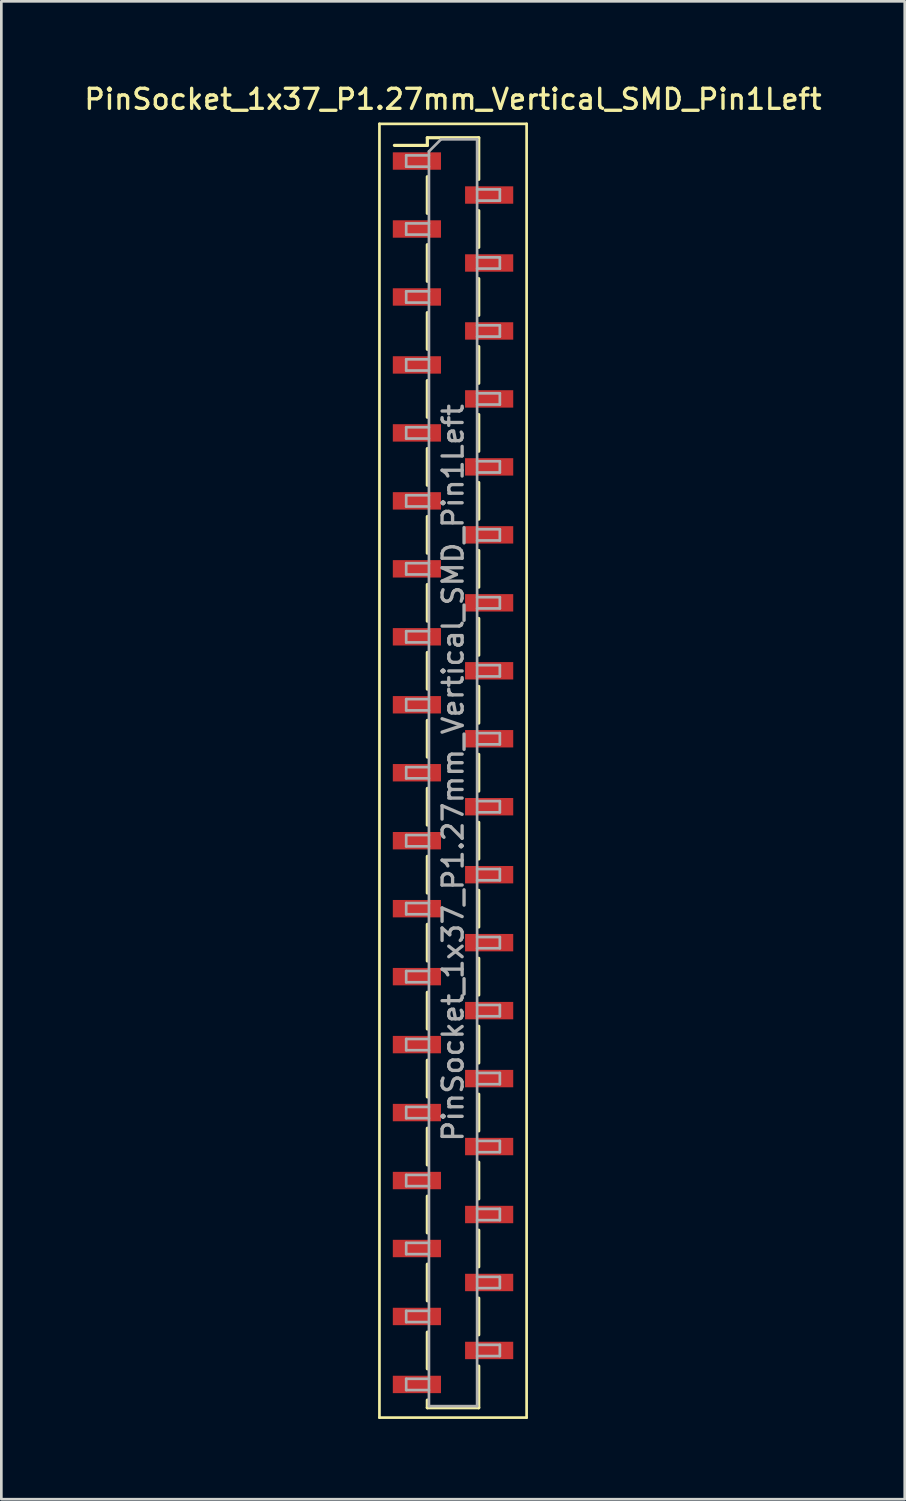
<source format=kicad_pcb>
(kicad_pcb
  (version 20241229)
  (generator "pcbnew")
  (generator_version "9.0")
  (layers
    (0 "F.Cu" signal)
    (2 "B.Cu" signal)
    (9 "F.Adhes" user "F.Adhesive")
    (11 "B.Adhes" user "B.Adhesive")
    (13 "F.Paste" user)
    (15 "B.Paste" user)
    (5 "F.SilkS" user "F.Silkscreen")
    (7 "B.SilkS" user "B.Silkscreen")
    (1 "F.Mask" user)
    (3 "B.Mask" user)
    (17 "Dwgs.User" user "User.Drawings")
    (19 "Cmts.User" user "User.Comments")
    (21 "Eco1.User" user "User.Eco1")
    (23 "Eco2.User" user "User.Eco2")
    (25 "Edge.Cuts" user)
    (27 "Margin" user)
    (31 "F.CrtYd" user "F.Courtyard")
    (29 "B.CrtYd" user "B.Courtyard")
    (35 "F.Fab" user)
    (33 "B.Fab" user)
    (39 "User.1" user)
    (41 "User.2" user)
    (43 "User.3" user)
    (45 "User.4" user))
  (footprint "PinSocket_1x37_P1.27mm_Vertical_SMD_Pin1Left"
    (layer "F.Cu")
    (at 13.88 25.828)
    (property "Reference" "PinSocket_1x37_P1.27mm_Vertical_SMD_Pin1Left" (at 0 -25.17 0) (layer "F.SilkS") (effects (font (size 0.75 0.75) (thickness 0.125))))
    (attr smd)
    (fp_line (start -2.75 -24.25) (end 2.75 -24.25) (stroke (width 0.1) (type solid)) (layer "F.SilkS"))
    (fp_line (start -2.75 24.1) (end -2.75 -24.25) (stroke (width 0.1) (type solid)) (layer "F.SilkS"))
    (fp_line (start -2.19 -23.445) (end -0.96 -23.445) (stroke (width 0.12) (type solid)) (layer "F.SilkS"))
    (fp_line (start -0.96 -23.73) (end -0.96 -23.445) (stroke (width 0.12) (type solid)) (layer "F.SilkS"))
    (fp_line (start -0.96 -23.73) (end 0.96 -23.73) (stroke (width 0.12) (type solid)) (layer "F.SilkS"))
    (fp_line (start -0.96 -22.275) (end -0.96 -20.905) (stroke (width 0.12) (type solid)) (layer "F.SilkS"))
    (fp_line (start -0.96 -19.735) (end -0.96 -18.365) (stroke (width 0.12) (type solid)) (layer "F.SilkS"))
    (fp_line (start -0.96 -17.195) (end -0.96 -15.825) (stroke (width 0.12) (type solid)) (layer "F.SilkS"))
    (fp_line (start -0.96 -14.655) (end -0.96 -13.285) (stroke (width 0.12) (type solid)) (layer "F.SilkS"))
    (fp_line (start -0.96 -12.115) (end -0.96 -10.745) (stroke (width 0.12) (type solid)) (layer "F.SilkS"))
    (fp_line (start -0.96 -9.575) (end -0.96 -8.205) (stroke (width 0.12) (type solid)) (layer "F.SilkS"))
    (fp_line (start -0.96 -7.035) (end -0.96 -5.665) (stroke (width 0.12) (type solid)) (layer "F.SilkS"))
    (fp_line (start -0.96 -4.495) (end -0.96 -3.125) (stroke (width 0.12) (type solid)) (layer "F.SilkS"))
    (fp_line (start -0.96 -1.955) (end -0.96 -0.585) (stroke (width 0.12) (type solid)) (layer "F.SilkS"))
    (fp_line (start -0.96 0.585) (end -0.96 1.955) (stroke (width 0.12) (type solid)) (layer "F.SilkS"))
    (fp_line (start -0.96 3.125) (end -0.96 4.495) (stroke (width 0.12) (type solid)) (layer "F.SilkS"))
    (fp_line (start -0.96 5.665) (end -0.96 7.035) (stroke (width 0.12) (type solid)) (layer "F.SilkS"))
    (fp_line (start -0.96 8.205) (end -0.96 9.575) (stroke (width 0.12) (type solid)) (layer "F.SilkS"))
    (fp_line (start -0.96 10.745) (end -0.96 12.115) (stroke (width 0.12) (type solid)) (layer "F.SilkS"))
    (fp_line (start -0.96 13.285) (end -0.96 14.655) (stroke (width 0.12) (type solid)) (layer "F.SilkS"))
    (fp_line (start -0.96 15.825) (end -0.96 17.195) (stroke (width 0.12) (type solid)) (layer "F.SilkS"))
    (fp_line (start -0.96 18.365) (end -0.96 19.735) (stroke (width 0.12) (type solid)) (layer "F.SilkS"))
    (fp_line (start -0.96 20.905) (end -0.96 22.275) (stroke (width 0.12) (type solid)) (layer "F.SilkS"))
    (fp_line (start -0.96 23.445) (end -0.96 23.73) (stroke (width 0.12) (type solid)) (layer "F.SilkS"))
    (fp_line (start -0.96 23.73) (end 0.96 23.73) (stroke (width 0.12) (type solid)) (layer "F.SilkS"))
    (fp_line (start 0.96 -23.73) (end 0.96 -22.175) (stroke (width 0.12) (type solid)) (layer "F.SilkS"))
    (fp_line (start 0.96 -21.005) (end 0.96 -19.635) (stroke (width 0.12) (type solid)) (layer "F.SilkS"))
    (fp_line (start 0.96 -18.465) (end 0.96 -17.095) (stroke (width 0.12) (type solid)) (layer "F.SilkS"))
    (fp_line (start 0.96 -15.925) (end 0.96 -14.555) (stroke (width 0.12) (type solid)) (layer "F.SilkS"))
    (fp_line (start 0.96 -13.385) (end 0.96 -12.015) (stroke (width 0.12) (type solid)) (layer "F.SilkS"))
    (fp_line (start 0.96 -10.845) (end 0.96 -9.475) (stroke (width 0.12) (type solid)) (layer "F.SilkS"))
    (fp_line (start 0.96 -8.305) (end 0.96 -6.935) (stroke (width 0.12) (type solid)) (layer "F.SilkS"))
    (fp_line (start 0.96 -5.765) (end 0.96 -4.395) (stroke (width 0.12) (type solid)) (layer "F.SilkS"))
    (fp_line (start 0.96 -3.225) (end 0.96 -1.855) (stroke (width 0.12) (type solid)) (layer "F.SilkS"))
    (fp_line (start 0.96 -0.685) (end 0.96 0.685) (stroke (width 0.12) (type solid)) (layer "F.SilkS"))
    (fp_line (start 0.96 1.855) (end 0.96 3.225) (stroke (width 0.12) (type solid)) (layer "F.SilkS"))
    (fp_line (start 0.96 4.395) (end 0.96 5.765) (stroke (width 0.12) (type solid)) (layer "F.SilkS"))
    (fp_line (start 0.96 6.935) (end 0.96 8.305) (stroke (width 0.12) (type solid)) (layer "F.SilkS"))
    (fp_line (start 0.96 9.475) (end 0.96 10.845) (stroke (width 0.12) (type solid)) (layer "F.SilkS"))
    (fp_line (start 0.96 12.015) (end 0.96 13.385) (stroke (width 0.12) (type solid)) (layer "F.SilkS"))
    (fp_line (start 0.96 14.555) (end 0.96 15.925) (stroke (width 0.12) (type solid)) (layer "F.SilkS"))
    (fp_line (start 0.96 17.095) (end 0.96 18.465) (stroke (width 0.12) (type solid)) (layer "F.SilkS"))
    (fp_line (start 0.96 19.635) (end 0.96 21.005) (stroke (width 0.12) (type solid)) (layer "F.SilkS"))
    (fp_line (start 0.96 22.175) (end 0.96 23.73) (stroke (width 0.12) (type solid)) (layer "F.SilkS"))
    (fp_line (start 2.75 -24.25) (end 2.75 24.1) (stroke (width 0.1) (type solid)) (layer "F.SilkS"))
    (fp_line (start 2.75 24.1) (end -2.75 24.1) (stroke (width 0.1) (type solid)) (layer "F.SilkS"))
    (fp_line (start -1.75 -23.07) (end -0.9 -23.07) (stroke (width 0.1) (type solid)) (layer "F.Fab"))
    (fp_line (start -1.75 -22.65) (end -1.75 -23.07) (stroke (width 0.1) (type solid)) (layer "F.Fab"))
    (fp_line (start -1.75 -20.53) (end -0.9 -20.53) (stroke (width 0.1) (type solid)) (layer "F.Fab"))
    (fp_line (start -1.75 -20.11) (end -1.75 -20.53) (stroke (width 0.1) (type solid)) (layer "F.Fab"))
    (fp_line (start -1.75 -17.99) (end -0.9 -17.99) (stroke (width 0.1) (type solid)) (layer "F.Fab"))
    (fp_line (start -1.75 -17.57) (end -1.75 -17.99) (stroke (width 0.1) (type solid)) (layer "F.Fab"))
    (fp_line (start -1.75 -15.45) (end -0.9 -15.45) (stroke (width 0.1) (type solid)) (layer "F.Fab"))
    (fp_line (start -1.75 -15.03) (end -1.75 -15.45) (stroke (width 0.1) (type solid)) (layer "F.Fab"))
    (fp_line (start -1.75 -12.91) (end -0.9 -12.91) (stroke (width 0.1) (type solid)) (layer "F.Fab"))
    (fp_line (start -1.75 -12.49) (end -1.75 -12.91) (stroke (width 0.1) (type solid)) (layer "F.Fab"))
    (fp_line (start -1.75 -10.37) (end -0.9 -10.37) (stroke (width 0.1) (type solid)) (layer "F.Fab"))
    (fp_line (start -1.75 -9.95) (end -1.75 -10.37) (stroke (width 0.1) (type solid)) (layer "F.Fab"))
    (fp_line (start -1.75 -7.83) (end -0.9 -7.83) (stroke (width 0.1) (type solid)) (layer "F.Fab"))
    (fp_line (start -1.75 -7.41) (end -1.75 -7.83) (stroke (width 0.1) (type solid)) (layer "F.Fab"))
    (fp_line (start -1.75 -5.29) (end -0.9 -5.29) (stroke (width 0.1) (type solid)) (layer "F.Fab"))
    (fp_line (start -1.75 -4.87) (end -1.75 -5.29) (stroke (width 0.1) (type solid)) (layer "F.Fab"))
    (fp_line (start -1.75 -2.75) (end -0.9 -2.75) (stroke (width 0.1) (type solid)) (layer "F.Fab"))
    (fp_line (start -1.75 -2.33) (end -1.75 -2.75) (stroke (width 0.1) (type solid)) (layer "F.Fab"))
    (fp_line (start -1.75 -0.21) (end -0.9 -0.21) (stroke (width 0.1) (type solid)) (layer "F.Fab"))
    (fp_line (start -1.75 0.21) (end -1.75 -0.21) (stroke (width 0.1) (type solid)) (layer "F.Fab"))
    (fp_line (start -1.75 2.33) (end -0.9 2.33) (stroke (width 0.1) (type solid)) (layer "F.Fab"))
    (fp_line (start -1.75 2.75) (end -1.75 2.33) (stroke (width 0.1) (type solid)) (layer "F.Fab"))
    (fp_line (start -1.75 4.87) (end -0.9 4.87) (stroke (width 0.1) (type solid)) (layer "F.Fab"))
    (fp_line (start -1.75 5.29) (end -1.75 4.87) (stroke (width 0.1) (type solid)) (layer "F.Fab"))
    (fp_line (start -1.75 7.41) (end -0.9 7.41) (stroke (width 0.1) (type solid)) (layer "F.Fab"))
    (fp_line (start -1.75 7.83) (end -1.75 7.41) (stroke (width 0.1) (type solid)) (layer "F.Fab"))
    (fp_line (start -1.75 9.95) (end -0.9 9.95) (stroke (width 0.1) (type solid)) (layer "F.Fab"))
    (fp_line (start -1.75 10.37) (end -1.75 9.95) (stroke (width 0.1) (type solid)) (layer "F.Fab"))
    (fp_line (start -1.75 12.49) (end -0.9 12.49) (stroke (width 0.1) (type solid)) (layer "F.Fab"))
    (fp_line (start -1.75 12.91) (end -1.75 12.49) (stroke (width 0.1) (type solid)) (layer "F.Fab"))
    (fp_line (start -1.75 15.03) (end -0.9 15.03) (stroke (width 0.1) (type solid)) (layer "F.Fab"))
    (fp_line (start -1.75 15.45) (end -1.75 15.03) (stroke (width 0.1) (type solid)) (layer "F.Fab"))
    (fp_line (start -1.75 17.57) (end -0.9 17.57) (stroke (width 0.1) (type solid)) (layer "F.Fab"))
    (fp_line (start -1.75 17.99) (end -1.75 17.57) (stroke (width 0.1) (type solid)) (layer "F.Fab"))
    (fp_line (start -1.75 20.11) (end -0.9 20.11) (stroke (width 0.1) (type solid)) (layer "F.Fab"))
    (fp_line (start -1.75 20.53) (end -1.75 20.11) (stroke (width 0.1) (type solid)) (layer "F.Fab"))
    (fp_line (start -1.75 22.65) (end -0.9 22.65) (stroke (width 0.1) (type solid)) (layer "F.Fab"))
    (fp_line (start -1.75 23.07) (end -1.75 22.65) (stroke (width 0.1) (type solid)) (layer "F.Fab"))
    (fp_line (start -0.9 -23.22) (end -0.45 -23.67) (stroke (width 0.1) (type solid)) (layer "F.Fab"))
    (fp_line (start -0.9 -22.65) (end -1.75 -22.65) (stroke (width 0.1) (type solid)) (layer "F.Fab"))
    (fp_line (start -0.9 -20.11) (end -1.75 -20.11) (stroke (width 0.1) (type solid)) (layer "F.Fab"))
    (fp_line (start -0.9 -17.57) (end -1.75 -17.57) (stroke (width 0.1) (type solid)) (layer "F.Fab"))
    (fp_line (start -0.9 -15.03) (end -1.75 -15.03) (stroke (width 0.1) (type solid)) (layer "F.Fab"))
    (fp_line (start -0.9 -12.49) (end -1.75 -12.49) (stroke (width 0.1) (type solid)) (layer "F.Fab"))
    (fp_line (start -0.9 -9.95) (end -1.75 -9.95) (stroke (width 0.1) (type solid)) (layer "F.Fab"))
    (fp_line (start -0.9 -7.41) (end -1.75 -7.41) (stroke (width 0.1) (type solid)) (layer "F.Fab"))
    (fp_line (start -0.9 -4.87) (end -1.75 -4.87) (stroke (width 0.1) (type solid)) (layer "F.Fab"))
    (fp_line (start -0.9 -2.33) (end -1.75 -2.33) (stroke (width 0.1) (type solid)) (layer "F.Fab"))
    (fp_line (start -0.9 0.21) (end -1.75 0.21) (stroke (width 0.1) (type solid)) (layer "F.Fab"))
    (fp_line (start -0.9 2.75) (end -1.75 2.75) (stroke (width 0.1) (type solid)) (layer "F.Fab"))
    (fp_line (start -0.9 5.29) (end -1.75 5.29) (stroke (width 0.1) (type solid)) (layer "F.Fab"))
    (fp_line (start -0.9 7.83) (end -1.75 7.83) (stroke (width 0.1) (type solid)) (layer "F.Fab"))
    (fp_line (start -0.9 10.37) (end -1.75 10.37) (stroke (width 0.1) (type solid)) (layer "F.Fab"))
    (fp_line (start -0.9 12.91) (end -1.75 12.91) (stroke (width 0.1) (type solid)) (layer "F.Fab"))
    (fp_line (start -0.9 15.45) (end -1.75 15.45) (stroke (width 0.1) (type solid)) (layer "F.Fab"))
    (fp_line (start -0.9 17.99) (end -1.75 17.99) (stroke (width 0.1) (type solid)) (layer "F.Fab"))
    (fp_line (start -0.9 20.53) (end -1.75 20.53) (stroke (width 0.1) (type solid)) (layer "F.Fab"))
    (fp_line (start -0.9 23.07) (end -1.75 23.07) (stroke (width 0.1) (type solid)) (layer "F.Fab"))
    (fp_line (start -0.9 23.67) (end -0.9 -23.22) (stroke (width 0.1) (type solid)) (layer "F.Fab"))
    (fp_line (start -0.45 -23.67) (end 0.9 -23.67) (stroke (width 0.1) (type solid)) (layer "F.Fab"))
    (fp_line (start 0.9 -23.67) (end 0.9 23.67) (stroke (width 0.1) (type solid)) (layer "F.Fab"))
    (fp_line (start 0.9 -21.8) (end 1.75 -21.8) (stroke (width 0.1) (type solid)) (layer "F.Fab"))
    (fp_line (start 0.9 -19.26) (end 1.75 -19.26) (stroke (width 0.1) (type solid)) (layer "F.Fab"))
    (fp_line (start 0.9 -16.72) (end 1.75 -16.72) (stroke (width 0.1) (type solid)) (layer "F.Fab"))
    (fp_line (start 0.9 -14.18) (end 1.75 -14.18) (stroke (width 0.1) (type solid)) (layer "F.Fab"))
    (fp_line (start 0.9 -11.64) (end 1.75 -11.64) (stroke (width 0.1) (type solid)) (layer "F.Fab"))
    (fp_line (start 0.9 -9.1) (end 1.75 -9.1) (stroke (width 0.1) (type solid)) (layer "F.Fab"))
    (fp_line (start 0.9 -6.56) (end 1.75 -6.56) (stroke (width 0.1) (type solid)) (layer "F.Fab"))
    (fp_line (start 0.9 -4.02) (end 1.75 -4.02) (stroke (width 0.1) (type solid)) (layer "F.Fab"))
    (fp_line (start 0.9 -1.48) (end 1.75 -1.48) (stroke (width 0.1) (type solid)) (layer "F.Fab"))
    (fp_line (start 0.9 1.06) (end 1.75 1.06) (stroke (width 0.1) (type solid)) (layer "F.Fab"))
    (fp_line (start 0.9 3.6) (end 1.75 3.6) (stroke (width 0.1) (type solid)) (layer "F.Fab"))
    (fp_line (start 0.9 6.14) (end 1.75 6.14) (stroke (width 0.1) (type solid)) (layer "F.Fab"))
    (fp_line (start 0.9 8.68) (end 1.75 8.68) (stroke (width 0.1) (type solid)) (layer "F.Fab"))
    (fp_line (start 0.9 11.22) (end 1.75 11.22) (stroke (width 0.1) (type solid)) (layer "F.Fab"))
    (fp_line (start 0.9 13.76) (end 1.75 13.76) (stroke (width 0.1) (type solid)) (layer "F.Fab"))
    (fp_line (start 0.9 16.3) (end 1.75 16.3) (stroke (width 0.1) (type solid)) (layer "F.Fab"))
    (fp_line (start 0.9 18.84) (end 1.75 18.84) (stroke (width 0.1) (type solid)) (layer "F.Fab"))
    (fp_line (start 0.9 21.38) (end 1.75 21.38) (stroke (width 0.1) (type solid)) (layer "F.Fab"))
    (fp_line (start 0.9 23.67) (end -0.9 23.67) (stroke (width 0.1) (type solid)) (layer "F.Fab"))
    (fp_line (start 1.75 -21.8) (end 1.75 -21.38) (stroke (width 0.1) (type solid)) (layer "F.Fab"))
    (fp_line (start 1.75 -21.38) (end 0.9 -21.38) (stroke (width 0.1) (type solid)) (layer "F.Fab"))
    (fp_line (start 1.75 -19.26) (end 1.75 -18.84) (stroke (width 0.1) (type solid)) (layer "F.Fab"))
    (fp_line (start 1.75 -18.84) (end 0.9 -18.84) (stroke (width 0.1) (type solid)) (layer "F.Fab"))
    (fp_line (start 1.75 -16.72) (end 1.75 -16.3) (stroke (width 0.1) (type solid)) (layer "F.Fab"))
    (fp_line (start 1.75 -16.3) (end 0.9 -16.3) (stroke (width 0.1) (type solid)) (layer "F.Fab"))
    (fp_line (start 1.75 -14.18) (end 1.75 -13.76) (stroke (width 0.1) (type solid)) (layer "F.Fab"))
    (fp_line (start 1.75 -13.76) (end 0.9 -13.76) (stroke (width 0.1) (type solid)) (layer "F.Fab"))
    (fp_line (start 1.75 -11.64) (end 1.75 -11.22) (stroke (width 0.1) (type solid)) (layer "F.Fab"))
    (fp_line (start 1.75 -11.22) (end 0.9 -11.22) (stroke (width 0.1) (type solid)) (layer "F.Fab"))
    (fp_line (start 1.75 -9.1) (end 1.75 -8.68) (stroke (width 0.1) (type solid)) (layer "F.Fab"))
    (fp_line (start 1.75 -8.68) (end 0.9 -8.68) (stroke (width 0.1) (type solid)) (layer "F.Fab"))
    (fp_line (start 1.75 -6.56) (end 1.75 -6.14) (stroke (width 0.1) (type solid)) (layer "F.Fab"))
    (fp_line (start 1.75 -6.14) (end 0.9 -6.14) (stroke (width 0.1) (type solid)) (layer "F.Fab"))
    (fp_line (start 1.75 -4.02) (end 1.75 -3.6) (stroke (width 0.1) (type solid)) (layer "F.Fab"))
    (fp_line (start 1.75 -3.6) (end 0.9 -3.6) (stroke (width 0.1) (type solid)) (layer "F.Fab"))
    (fp_line (start 1.75 -1.48) (end 1.75 -1.06) (stroke (width 0.1) (type solid)) (layer "F.Fab"))
    (fp_line (start 1.75 -1.06) (end 0.9 -1.06) (stroke (width 0.1) (type solid)) (layer "F.Fab"))
    (fp_line (start 1.75 1.06) (end 1.75 1.48) (stroke (width 0.1) (type solid)) (layer "F.Fab"))
    (fp_line (start 1.75 1.48) (end 0.9 1.48) (stroke (width 0.1) (type solid)) (layer "F.Fab"))
    (fp_line (start 1.75 3.6) (end 1.75 4.02) (stroke (width 0.1) (type solid)) (layer "F.Fab"))
    (fp_line (start 1.75 4.02) (end 0.9 4.02) (stroke (width 0.1) (type solid)) (layer "F.Fab"))
    (fp_line (start 1.75 6.14) (end 1.75 6.56) (stroke (width 0.1) (type solid)) (layer "F.Fab"))
    (fp_line (start 1.75 6.56) (end 0.9 6.56) (stroke (width 0.1) (type solid)) (layer "F.Fab"))
    (fp_line (start 1.75 8.68) (end 1.75 9.1) (stroke (width 0.1) (type solid)) (layer "F.Fab"))
    (fp_line (start 1.75 9.1) (end 0.9 9.1) (stroke (width 0.1) (type solid)) (layer "F.Fab"))
    (fp_line (start 1.75 11.22) (end 1.75 11.64) (stroke (width 0.1) (type solid)) (layer "F.Fab"))
    (fp_line (start 1.75 11.64) (end 0.9 11.64) (stroke (width 0.1) (type solid)) (layer "F.Fab"))
    (fp_line (start 1.75 13.76) (end 1.75 14.18) (stroke (width 0.1) (type solid)) (layer "F.Fab"))
    (fp_line (start 1.75 14.18) (end 0.9 14.18) (stroke (width 0.1) (type solid)) (layer "F.Fab"))
    (fp_line (start 1.75 16.3) (end 1.75 16.72) (stroke (width 0.1) (type solid)) (layer "F.Fab"))
    (fp_line (start 1.75 16.72) (end 0.9 16.72) (stroke (width 0.1) (type solid)) (layer "F.Fab"))
    (fp_line (start 1.75 18.84) (end 1.75 19.26) (stroke (width 0.1) (type solid)) (layer "F.Fab"))
    (fp_line (start 1.75 19.26) (end 0.9 19.26) (stroke (width 0.1) (type solid)) (layer "F.Fab"))
    (fp_line (start 1.75 21.38) (end 1.75 21.8) (stroke (width 0.1) (type solid)) (layer "F.Fab"))
    (fp_line (start 1.75 21.8) (end 0.9 21.8) (stroke (width 0.1) (type solid)) (layer "F.Fab"))
    (fp_text user "${REFERENCE}" (at 0 0 90) (layer "F.Fab") (effects (font (size 0.75 0.75) (thickness 0.125))))
    (pad "1" smd rect (at -1.35 -22.86) (size 1.8 0.65) (layers "F.Cu" "F.Mask" "F.Paste"))
    (pad "2" smd rect (at 1.35 -21.59) (size 1.8 0.65) (layers "F.Cu" "F.Mask" "F.Paste"))
    (pad "3" smd rect (at -1.35 -20.32) (size 1.8 0.65) (layers "F.Cu" "F.Mask" "F.Paste"))
    (pad "4" smd rect (at 1.35 -19.05) (size 1.8 0.65) (layers "F.Cu" "F.Mask" "F.Paste"))
    (pad "5" smd rect (at -1.35 -17.78) (size 1.8 0.65) (layers "F.Cu" "F.Mask" "F.Paste"))
    (pad "6" smd rect (at 1.35 -16.51) (size 1.8 0.65) (layers "F.Cu" "F.Mask" "F.Paste"))
    (pad "7" smd rect (at -1.35 -15.24) (size 1.8 0.65) (layers "F.Cu" "F.Mask" "F.Paste"))
    (pad "8" smd rect (at 1.35 -13.97) (size 1.8 0.65) (layers "F.Cu" "F.Mask" "F.Paste"))
    (pad "9" smd rect (at -1.35 -12.7) (size 1.8 0.65) (layers "F.Cu" "F.Mask" "F.Paste"))
    (pad "10" smd rect (at 1.35 -11.43) (size 1.8 0.65) (layers "F.Cu" "F.Mask" "F.Paste"))
    (pad "11" smd rect (at -1.35 -10.16) (size 1.8 0.65) (layers "F.Cu" "F.Mask" "F.Paste"))
    (pad "12" smd rect (at 1.35 -8.89) (size 1.8 0.65) (layers "F.Cu" "F.Mask" "F.Paste"))
    (pad "13" smd rect (at -1.35 -7.62) (size 1.8 0.65) (layers "F.Cu" "F.Mask" "F.Paste"))
    (pad "14" smd rect (at 1.35 -6.35) (size 1.8 0.65) (layers "F.Cu" "F.Mask" "F.Paste"))
    (pad "15" smd rect (at -1.35 -5.08) (size 1.8 0.65) (layers "F.Cu" "F.Mask" "F.Paste"))
    (pad "16" smd rect (at 1.35 -3.81) (size 1.8 0.65) (layers "F.Cu" "F.Mask" "F.Paste"))
    (pad "17" smd rect (at -1.35 -2.54) (size 1.8 0.65) (layers "F.Cu" "F.Mask" "F.Paste"))
    (pad "18" smd rect (at 1.35 -1.27) (size 1.8 0.65) (layers "F.Cu" "F.Mask" "F.Paste"))
    (pad "19" smd rect (at -1.35 0) (size 1.8 0.65) (layers "F.Cu" "F.Mask" "F.Paste"))
    (pad "20" smd rect (at 1.35 1.27) (size 1.8 0.65) (layers "F.Cu" "F.Mask" "F.Paste"))
    (pad "21" smd rect (at -1.35 2.54) (size 1.8 0.65) (layers "F.Cu" "F.Mask" "F.Paste"))
    (pad "22" smd rect (at 1.35 3.81) (size 1.8 0.65) (layers "F.Cu" "F.Mask" "F.Paste"))
    (pad "23" smd rect (at -1.35 5.08) (size 1.8 0.65) (layers "F.Cu" "F.Mask" "F.Paste"))
    (pad "24" smd rect (at 1.35 6.35) (size 1.8 0.65) (layers "F.Cu" "F.Mask" "F.Paste"))
    (pad "25" smd rect (at -1.35 7.62) (size 1.8 0.65) (layers "F.Cu" "F.Mask" "F.Paste"))
    (pad "26" smd rect (at 1.35 8.89) (size 1.8 0.65) (layers "F.Cu" "F.Mask" "F.Paste"))
    (pad "27" smd rect (at -1.35 10.16) (size 1.8 0.65) (layers "F.Cu" "F.Mask" "F.Paste"))
    (pad "28" smd rect (at 1.35 11.43) (size 1.8 0.65) (layers "F.Cu" "F.Mask" "F.Paste"))
    (pad "29" smd rect (at -1.35 12.7) (size 1.8 0.65) (layers "F.Cu" "F.Mask" "F.Paste"))
    (pad "30" smd rect (at 1.35 13.97) (size 1.8 0.65) (layers "F.Cu" "F.Mask" "F.Paste"))
    (pad "31" smd rect (at -1.35 15.24) (size 1.8 0.65) (layers "F.Cu" "F.Mask" "F.Paste"))
    (pad "32" smd rect (at 1.35 16.51) (size 1.8 0.65) (layers "F.Cu" "F.Mask" "F.Paste"))
    (pad "33" smd rect (at -1.35 17.78) (size 1.8 0.65) (layers "F.Cu" "F.Mask" "F.Paste"))
    (pad "34" smd rect (at 1.35 19.05) (size 1.8 0.65) (layers "F.Cu" "F.Mask" "F.Paste"))
    (pad "35" smd rect (at -1.35 20.32) (size 1.8 0.65) (layers "F.Cu" "F.Mask" "F.Paste"))
    (pad "36" smd rect (at 1.35 21.59) (size 1.8 0.65) (layers "F.Cu" "F.Mask" "F.Paste"))
    (pad "37" smd rect (at -1.35 22.86) (size 1.8 0.65) (layers "F.Cu" "F.Mask" "F.Paste")))
  (gr_rect
    (start -3 -3)
    (end 30.761 52.978)
    (stroke (width 0.1) (type default))
    (fill no)
    (layer "Edge.Cuts")))
</source>
